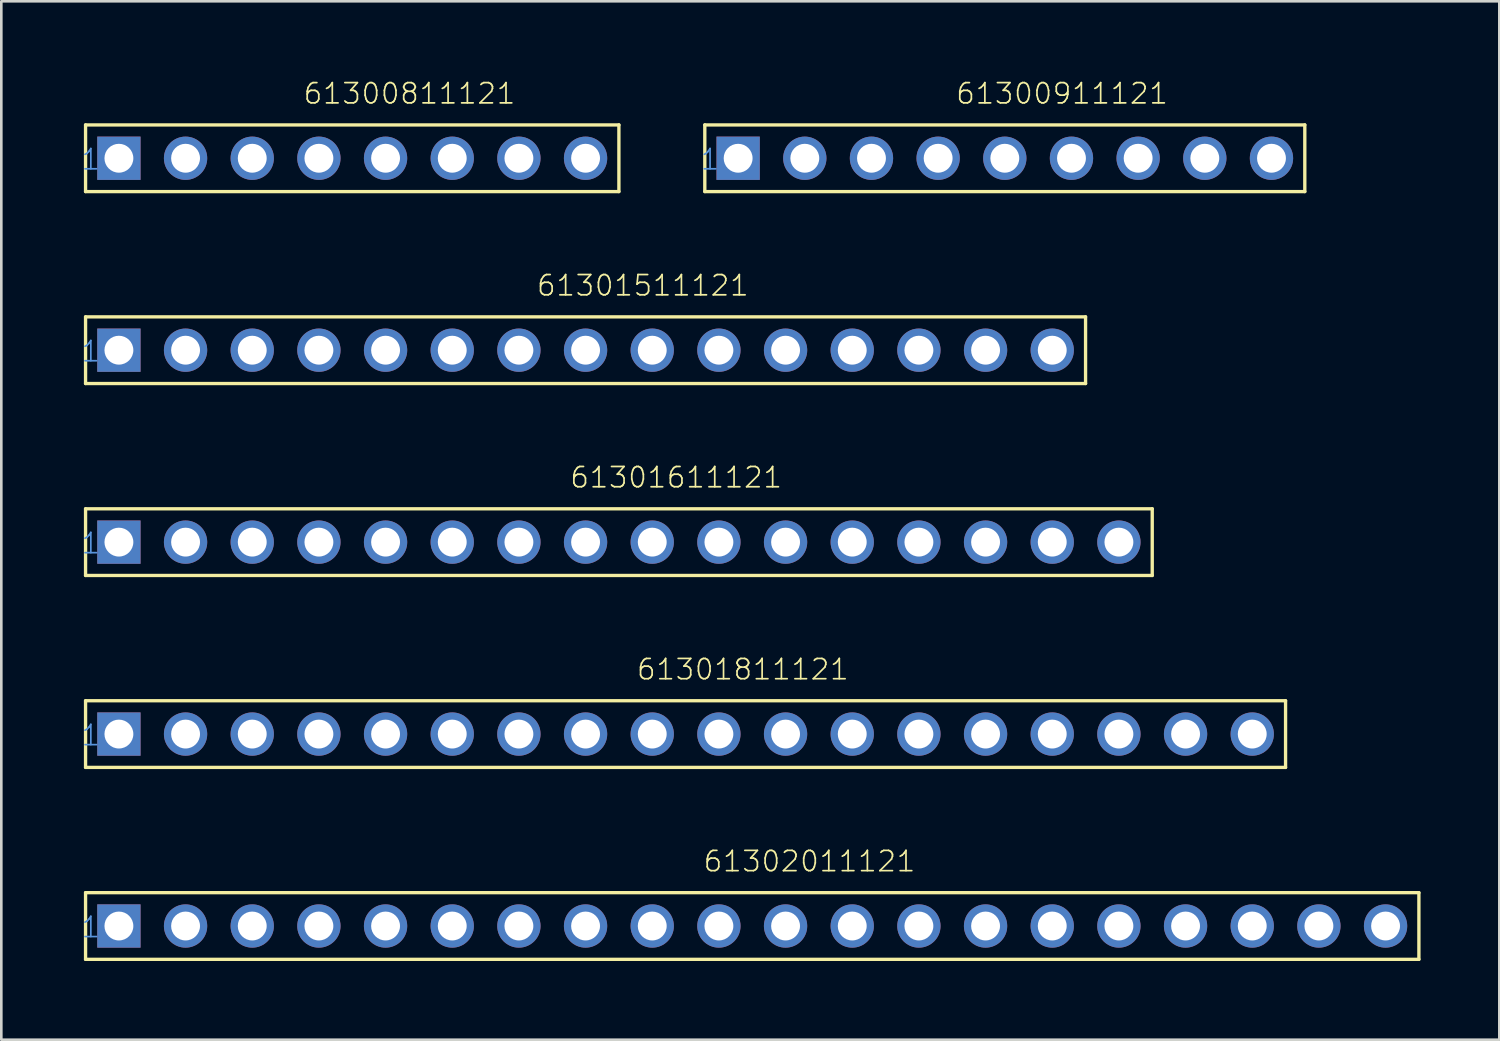
<source format=kicad_pcb>
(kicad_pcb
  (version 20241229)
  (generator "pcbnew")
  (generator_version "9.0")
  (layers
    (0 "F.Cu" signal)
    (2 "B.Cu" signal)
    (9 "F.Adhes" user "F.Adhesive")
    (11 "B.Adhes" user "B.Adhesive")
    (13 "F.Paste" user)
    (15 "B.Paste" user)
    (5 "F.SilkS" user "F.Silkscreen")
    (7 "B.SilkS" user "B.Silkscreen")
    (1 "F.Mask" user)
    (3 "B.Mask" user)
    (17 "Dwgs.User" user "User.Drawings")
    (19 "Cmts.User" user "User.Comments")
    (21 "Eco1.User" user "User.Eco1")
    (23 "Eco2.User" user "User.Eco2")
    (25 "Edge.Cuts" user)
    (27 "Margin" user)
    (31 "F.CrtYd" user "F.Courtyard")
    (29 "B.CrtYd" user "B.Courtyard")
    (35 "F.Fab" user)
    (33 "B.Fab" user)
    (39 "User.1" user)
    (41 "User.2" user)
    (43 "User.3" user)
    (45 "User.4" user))
  (footprint "61301511121"
    (layer "F.Cu")
    (at 19.26 10.292)
    (property "Reference" "61301511121" (at -1.905 -2.012 0) (layer "F.SilkS") (effects (font (size 0.772 0.772) (thickness 0.065)) (justify left bottom)))
    (attr through_hole)
    (fp_line (start -19.05 -1.27) (end -19.05 1.27) (stroke (width 0.127) (type solid)) (layer "F.SilkS"))
    (fp_line (start -19.05 1.27) (end 19.05 1.27) (stroke (width 0.127) (type solid)) (layer "F.SilkS"))
    (fp_line (start 19.05 -1.27) (end -19.05 -1.27) (stroke (width 0.127) (type solid)) (layer "F.SilkS"))
    (fp_line (start 19.05 1.27) (end 19.05 -1.27) (stroke (width 0.127) (type solid)) (layer "F.SilkS"))
    (fp_text user "1" (at -19.26 0.5 0) (layer "Cmts.User") (effects (font (size 0.772 0.772) (thickness 0.065)) (justify left bottom)))
    (pad "1" thru_hole rect (at -17.78 0) (size 1.65 1.65) (drill 1.1) (layers "*.Cu" "*.Mask"))
    (pad "2" thru_hole circle (at -15.24 0) (size 1.65 1.65) (drill 1.1) (layers "*.Cu" "*.Mask"))
    (pad "3" thru_hole circle (at -12.7 0) (size 1.65 1.65) (drill 1.1) (layers "*.Cu" "*.Mask"))
    (pad "4" thru_hole circle (at -10.16 0) (size 1.65 1.65) (drill 1.1) (layers "*.Cu" "*.Mask"))
    (pad "5" thru_hole circle (at -7.62 0) (size 1.65 1.65) (drill 1.1) (layers "*.Cu" "*.Mask"))
    (pad "6" thru_hole circle (at -5.08 0) (size 1.65 1.65) (drill 1.1) (layers "*.Cu" "*.Mask"))
    (pad "7" thru_hole circle (at -2.54 0) (size 1.65 1.65) (drill 1.1) (layers "*.Cu" "*.Mask"))
    (pad "8" thru_hole circle (at 0 0) (size 1.65 1.65) (drill 1.1) (layers "*.Cu" "*.Mask"))
    (pad "9" thru_hole circle (at 2.54 0) (size 1.65 1.65) (drill 1.1) (layers "*.Cu" "*.Mask"))
    (pad "10" thru_hole circle (at 5.08 0) (size 1.65 1.65) (drill 1.1) (layers "*.Cu" "*.Mask"))
    (pad "11" thru_hole circle (at 7.62 0) (size 1.65 1.65) (drill 1.1) (layers "*.Cu" "*.Mask"))
    (pad "12" thru_hole circle (at 10.16 0) (size 1.65 1.65) (drill 1.1) (layers "*.Cu" "*.Mask"))
    (pad "13" thru_hole circle (at 12.7 0) (size 1.65 1.65) (drill 1.1) (layers "*.Cu" "*.Mask"))
    (pad "14" thru_hole circle (at 15.24 0) (size 1.65 1.65) (drill 1.1) (layers "*.Cu" "*.Mask"))
    (pad "15" thru_hole circle (at 17.78 0) (size 1.65 1.65) (drill 1.1) (layers "*.Cu" "*.Mask")))
  (footprint "61300911121"
    (layer "F.Cu")
    (at 35.233 2.979)
    (property "Reference" "61300911121" (at -1.905 -2.012 0) (layer "F.SilkS") (effects (font (size 0.772 0.772) (thickness 0.065)) (justify left bottom)))
    (attr through_hole)
    (fp_line (start -11.43 -1.27) (end -11.43 1.27) (stroke (width 0.127) (type solid)) (layer "F.SilkS"))
    (fp_line (start -11.43 1.27) (end 11.43 1.27) (stroke (width 0.127) (type solid)) (layer "F.SilkS"))
    (fp_line (start 11.43 -1.27) (end -11.43 -1.27) (stroke (width 0.127) (type solid)) (layer "F.SilkS"))
    (fp_line (start 11.43 1.27) (end 11.43 -1.27) (stroke (width 0.127) (type solid)) (layer "F.SilkS"))
    (fp_text user "1" (at -11.64 0.5 0) (layer "Cmts.User") (effects (font (size 0.772 0.772) (thickness 0.065)) (justify left bottom)))
    (pad "1" thru_hole rect (at -10.16 0) (size 1.65 1.65) (drill 1.1) (layers "*.Cu" "*.Mask"))
    (pad "2" thru_hole circle (at -7.62 0) (size 1.65 1.65) (drill 1.1) (layers "*.Cu" "*.Mask"))
    (pad "3" thru_hole circle (at -5.08 0) (size 1.65 1.65) (drill 1.1) (layers "*.Cu" "*.Mask"))
    (pad "4" thru_hole circle (at -2.54 0) (size 1.65 1.65) (drill 1.1) (layers "*.Cu" "*.Mask"))
    (pad "5" thru_hole circle (at 0 0) (size 1.65 1.65) (drill 1.1) (layers "*.Cu" "*.Mask"))
    (pad "6" thru_hole circle (at 2.54 0) (size 1.65 1.65) (drill 1.1) (layers "*.Cu" "*.Mask"))
    (pad "7" thru_hole circle (at 5.08 0) (size 1.65 1.65) (drill 1.1) (layers "*.Cu" "*.Mask"))
    (pad "8" thru_hole circle (at 7.62 0) (size 1.65 1.65) (drill 1.1) (layers "*.Cu" "*.Mask"))
    (pad "9" thru_hole circle (at 10.16 0) (size 1.65 1.65) (drill 1.1) (layers "*.Cu" "*.Mask")))
  (footprint "61300811121"
    (layer "F.Cu")
    (at 10.37 2.979)
    (property "Reference" "61300811121" (at -1.905 -2.012 0) (layer "F.SilkS") (effects (font (size 0.772 0.772) (thickness 0.065)) (justify left bottom)))
    (attr through_hole)
    (fp_line (start -10.16 -1.27) (end -10.16 1.27) (stroke (width 0.127) (type solid)) (layer "F.SilkS"))
    (fp_line (start -10.16 1.27) (end 10.16 1.27) (stroke (width 0.127) (type solid)) (layer "F.SilkS"))
    (fp_line (start 10.16 -1.27) (end -10.16 -1.27) (stroke (width 0.127) (type solid)) (layer "F.SilkS"))
    (fp_line (start 10.16 1.27) (end 10.16 -1.27) (stroke (width 0.127) (type solid)) (layer "F.SilkS"))
    (fp_text user "1" (at -10.37 0.5 0) (layer "Cmts.User") (effects (font (size 0.772 0.772) (thickness 0.065)) (justify left bottom)))
    (pad "1" thru_hole rect (at -8.89 0) (size 1.65 1.65) (drill 1.1) (layers "*.Cu" "*.Mask"))
    (pad "2" thru_hole circle (at -6.35 0) (size 1.65 1.65) (drill 1.1) (layers "*.Cu" "*.Mask"))
    (pad "3" thru_hole circle (at -3.81 0) (size 1.65 1.65) (drill 1.1) (layers "*.Cu" "*.Mask"))
    (pad "4" thru_hole circle (at -1.27 0) (size 1.65 1.65) (drill 1.1) (layers "*.Cu" "*.Mask"))
    (pad "5" thru_hole circle (at 1.27 0) (size 1.65 1.65) (drill 1.1) (layers "*.Cu" "*.Mask"))
    (pad "6" thru_hole circle (at 3.81 0) (size 1.65 1.65) (drill 1.1) (layers "*.Cu" "*.Mask"))
    (pad "7" thru_hole circle (at 6.35 0) (size 1.65 1.65) (drill 1.1) (layers "*.Cu" "*.Mask"))
    (pad "8" thru_hole circle (at 8.89 0) (size 1.65 1.65) (drill 1.1) (layers "*.Cu" "*.Mask")))
  (footprint "61302011121"
    (layer "F.Cu")
    (at 25.61 32.231)
    (property "Reference" "61302011121" (at -1.905 -2.012 0) (layer "F.SilkS") (effects (font (size 0.772 0.772) (thickness 0.065)) (justify left bottom)))
    (attr through_hole)
    (fp_line (start -25.4 -1.27) (end -25.4 1.27) (stroke (width 0.127) (type solid)) (layer "F.SilkS"))
    (fp_line (start -25.4 1.27) (end 25.4 1.27) (stroke (width 0.127) (type solid)) (layer "F.SilkS"))
    (fp_line (start 25.4 -1.27) (end -25.4 -1.27) (stroke (width 0.127) (type solid)) (layer "F.SilkS"))
    (fp_line (start 25.4 1.27) (end 25.4 -1.27) (stroke (width 0.127) (type solid)) (layer "F.SilkS"))
    (fp_text user "1" (at -25.61 0.5 0) (layer "Cmts.User") (effects (font (size 0.772 0.772) (thickness 0.065)) (justify left bottom)))
    (pad "1" thru_hole rect (at -24.13 0) (size 1.65 1.65) (drill 1.1) (layers "*.Cu" "*.Mask"))
    (pad "2" thru_hole circle (at -21.59 0) (size 1.65 1.65) (drill 1.1) (layers "*.Cu" "*.Mask"))
    (pad "3" thru_hole circle (at -19.05 0) (size 1.65 1.65) (drill 1.1) (layers "*.Cu" "*.Mask"))
    (pad "4" thru_hole circle (at -16.51 0) (size 1.65 1.65) (drill 1.1) (layers "*.Cu" "*.Mask"))
    (pad "5" thru_hole circle (at -13.97 0) (size 1.65 1.65) (drill 1.1) (layers "*.Cu" "*.Mask"))
    (pad "6" thru_hole circle (at -11.43 0) (size 1.65 1.65) (drill 1.1) (layers "*.Cu" "*.Mask"))
    (pad "7" thru_hole circle (at -8.89 0) (size 1.65 1.65) (drill 1.1) (layers "*.Cu" "*.Mask"))
    (pad "8" thru_hole circle (at -6.35 0) (size 1.65 1.65) (drill 1.1) (layers "*.Cu" "*.Mask"))
    (pad "9" thru_hole circle (at -3.81 0) (size 1.65 1.65) (drill 1.1) (layers "*.Cu" "*.Mask"))
    (pad "10" thru_hole circle (at -1.27 0) (size 1.65 1.65) (drill 1.1) (layers "*.Cu" "*.Mask"))
    (pad "11" thru_hole circle (at 1.27 0) (size 1.65 1.65) (drill 1.1) (layers "*.Cu" "*.Mask"))
    (pad "12" thru_hole circle (at 3.81 0) (size 1.65 1.65) (drill 1.1) (layers "*.Cu" "*.Mask"))
    (pad "13" thru_hole circle (at 6.35 0) (size 1.65 1.65) (drill 1.1) (layers "*.Cu" "*.Mask"))
    (pad "14" thru_hole circle (at 8.89 0) (size 1.65 1.65) (drill 1.1) (layers "*.Cu" "*.Mask"))
    (pad "15" thru_hole circle (at 11.43 0) (size 1.65 1.65) (drill 1.1) (layers "*.Cu" "*.Mask"))
    (pad "16" thru_hole circle (at 13.97 0) (size 1.65 1.65) (drill 1.1) (layers "*.Cu" "*.Mask"))
    (pad "17" thru_hole circle (at 16.51 0) (size 1.65 1.65) (drill 1.1) (layers "*.Cu" "*.Mask"))
    (pad "18" thru_hole circle (at 19.05 0) (size 1.65 1.65) (drill 1.1) (layers "*.Cu" "*.Mask"))
    (pad "19" thru_hole circle (at 21.59 0) (size 1.65 1.65) (drill 1.1) (layers "*.Cu" "*.Mask"))
    (pad "20" thru_hole circle (at 24.13 0) (size 1.65 1.65) (drill 1.1) (layers "*.Cu" "*.Mask")))
  (footprint "61301611121"
    (layer "F.Cu")
    (at 20.53 17.605)
    (property "Reference" "61301611121" (at -1.905 -2.012 0) (layer "F.SilkS") (effects (font (size 0.772 0.772) (thickness 0.065)) (justify left bottom)))
    (attr through_hole)
    (fp_line (start -20.32 -1.27) (end -20.32 1.27) (stroke (width 0.127) (type solid)) (layer "F.SilkS"))
    (fp_line (start -20.32 1.27) (end 20.32 1.27) (stroke (width 0.127) (type solid)) (layer "F.SilkS"))
    (fp_line (start 20.32 -1.27) (end -20.32 -1.27) (stroke (width 0.127) (type solid)) (layer "F.SilkS"))
    (fp_line (start 20.32 1.27) (end 20.32 -1.27) (stroke (width 0.127) (type solid)) (layer "F.SilkS"))
    (fp_text user "1" (at -20.53 0.5 0) (layer "Cmts.User") (effects (font (size 0.772 0.772) (thickness 0.065)) (justify left bottom)))
    (pad "1" thru_hole rect (at -19.05 0) (size 1.65 1.65) (drill 1.1) (layers "*.Cu" "*.Mask"))
    (pad "2" thru_hole circle (at -16.51 0) (size 1.65 1.65) (drill 1.1) (layers "*.Cu" "*.Mask"))
    (pad "3" thru_hole circle (at -13.97 0) (size 1.65 1.65) (drill 1.1) (layers "*.Cu" "*.Mask"))
    (pad "4" thru_hole circle (at -11.43 0) (size 1.65 1.65) (drill 1.1) (layers "*.Cu" "*.Mask"))
    (pad "5" thru_hole circle (at -8.89 0) (size 1.65 1.65) (drill 1.1) (layers "*.Cu" "*.Mask"))
    (pad "6" thru_hole circle (at -6.35 0) (size 1.65 1.65) (drill 1.1) (layers "*.Cu" "*.Mask"))
    (pad "7" thru_hole circle (at -3.81 0) (size 1.65 1.65) (drill 1.1) (layers "*.Cu" "*.Mask"))
    (pad "8" thru_hole circle (at -1.27 0) (size 1.65 1.65) (drill 1.1) (layers "*.Cu" "*.Mask"))
    (pad "9" thru_hole circle (at 1.27 0) (size 1.65 1.65) (drill 1.1) (layers "*.Cu" "*.Mask"))
    (pad "10" thru_hole circle (at 3.81 0) (size 1.65 1.65) (drill 1.1) (layers "*.Cu" "*.Mask"))
    (pad "11" thru_hole circle (at 6.35 0) (size 1.65 1.65) (drill 1.1) (layers "*.Cu" "*.Mask"))
    (pad "12" thru_hole circle (at 8.89 0) (size 1.65 1.65) (drill 1.1) (layers "*.Cu" "*.Mask"))
    (pad "13" thru_hole circle (at 11.43 0) (size 1.65 1.65) (drill 1.1) (layers "*.Cu" "*.Mask"))
    (pad "14" thru_hole circle (at 13.97 0) (size 1.65 1.65) (drill 1.1) (layers "*.Cu" "*.Mask"))
    (pad "15" thru_hole circle (at 16.51 0) (size 1.65 1.65) (drill 1.1) (layers "*.Cu" "*.Mask"))
    (pad "16" thru_hole circle (at 19.05 0) (size 1.65 1.65) (drill 1.1) (layers "*.Cu" "*.Mask")))
  (footprint "61301811121"
    (layer "F.Cu")
    (at 23.07 24.918)
    (property "Reference" "61301811121" (at -1.905 -2.012 0) (layer "F.SilkS") (effects (font (size 0.772 0.772) (thickness 0.065)) (justify left bottom)))
    (attr through_hole)
    (fp_line (start -22.86 -1.27) (end -22.86 1.27) (stroke (width 0.127) (type solid)) (layer "F.SilkS"))
    (fp_line (start -22.86 1.27) (end 22.86 1.27) (stroke (width 0.127) (type solid)) (layer "F.SilkS"))
    (fp_line (start 22.86 -1.27) (end -22.86 -1.27) (stroke (width 0.127) (type solid)) (layer "F.SilkS"))
    (fp_line (start 22.86 1.27) (end 22.86 -1.27) (stroke (width 0.127) (type solid)) (layer "F.SilkS"))
    (fp_text user "1" (at -23.07 0.5 0) (layer "Cmts.User") (effects (font (size 0.772 0.772) (thickness 0.065)) (justify left bottom)))
    (pad "1" thru_hole rect (at -21.59 0) (size 1.65 1.65) (drill 1.1) (layers "*.Cu" "*.Mask"))
    (pad "2" thru_hole circle (at -19.05 0) (size 1.65 1.65) (drill 1.1) (layers "*.Cu" "*.Mask"))
    (pad "3" thru_hole circle (at -16.51 0) (size 1.65 1.65) (drill 1.1) (layers "*.Cu" "*.Mask"))
    (pad "4" thru_hole circle (at -13.97 0) (size 1.65 1.65) (drill 1.1) (layers "*.Cu" "*.Mask"))
    (pad "5" thru_hole circle (at -11.43 0) (size 1.65 1.65) (drill 1.1) (layers "*.Cu" "*.Mask"))
    (pad "6" thru_hole circle (at -8.89 0) (size 1.65 1.65) (drill 1.1) (layers "*.Cu" "*.Mask"))
    (pad "7" thru_hole circle (at -6.35 0) (size 1.65 1.65) (drill 1.1) (layers "*.Cu" "*.Mask"))
    (pad "8" thru_hole circle (at -3.81 0) (size 1.65 1.65) (drill 1.1) (layers "*.Cu" "*.Mask"))
    (pad "9" thru_hole circle (at -1.27 0) (size 1.65 1.65) (drill 1.1) (layers "*.Cu" "*.Mask"))
    (pad "10" thru_hole circle (at 1.27 0) (size 1.65 1.65) (drill 1.1) (layers "*.Cu" "*.Mask"))
    (pad "11" thru_hole circle (at 3.81 0) (size 1.65 1.65) (drill 1.1) (layers "*.Cu" "*.Mask"))
    (pad "12" thru_hole circle (at 6.35 0) (size 1.65 1.65) (drill 1.1) (layers "*.Cu" "*.Mask"))
    (pad "13" thru_hole circle (at 8.89 0) (size 1.65 1.65) (drill 1.1) (layers "*.Cu" "*.Mask"))
    (pad "14" thru_hole circle (at 11.43 0) (size 1.65 1.65) (drill 1.1) (layers "*.Cu" "*.Mask"))
    (pad "15" thru_hole circle (at 13.97 0) (size 1.65 1.65) (drill 1.1) (layers "*.Cu" "*.Mask"))
    (pad "16" thru_hole circle (at 16.51 0) (size 1.65 1.65) (drill 1.1) (layers "*.Cu" "*.Mask"))
    (pad "17" thru_hole circle (at 19.05 0) (size 1.65 1.65) (drill 1.1) (layers "*.Cu" "*.Mask"))
    (pad "18" thru_hole circle (at 21.59 0) (size 1.65 1.65) (drill 1.1) (layers "*.Cu" "*.Mask")))
  (gr_rect
    (start -3 -3)
    (end 54.074 36.564)
    (stroke (width 0.1) (type default))
    (fill no)
    (layer "Edge.Cuts")))
</source>
